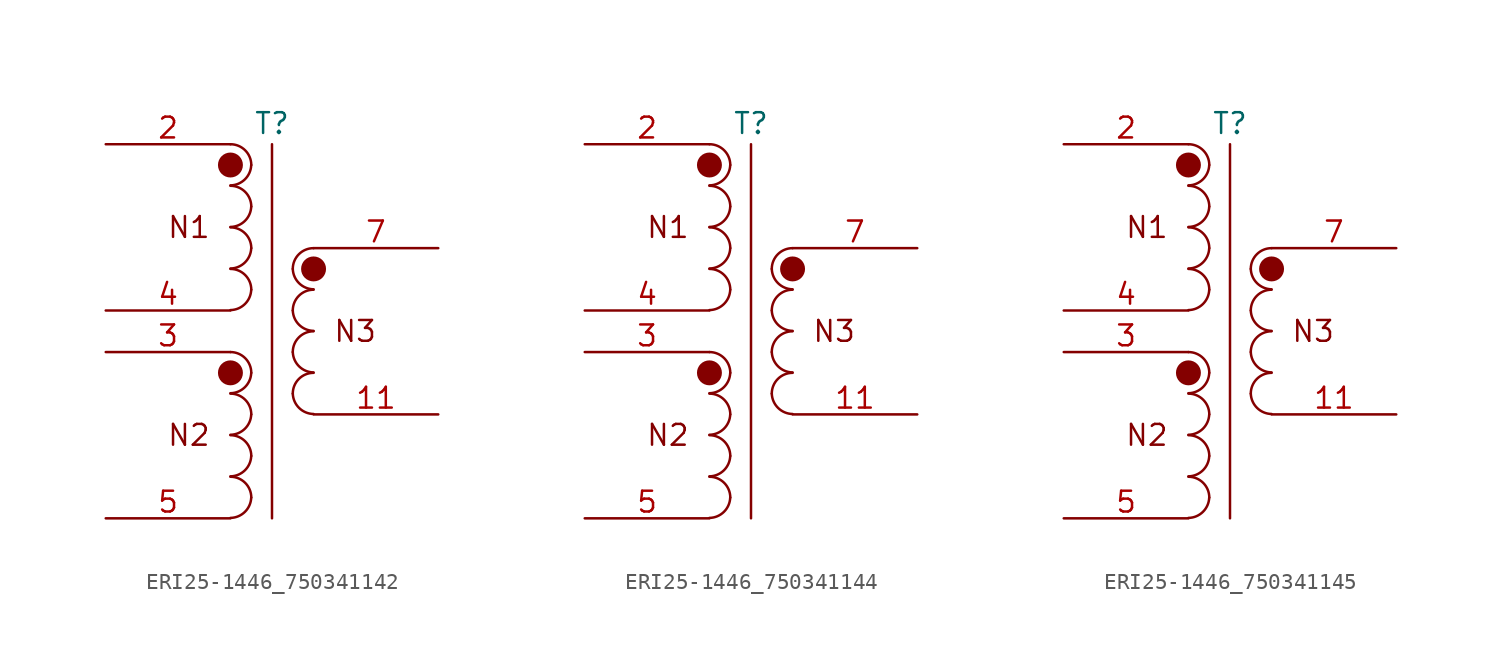
<source format=kicad_sym>
(kicad_symbol_lib
  (version 20220914)
  (generator kicad_symbol_editor)
  (symbol "ERI25-1446_750341142"
    (pin_names hide)
    (property "Reference" "T"
      (at 0 12.7 0)
      (effects (font (size 1.27 1.27))))
    (property "Critical Parameter" ""
      (at 0 -5.08 0)
      (effects (font (size 1.27 1.27))))
    (symbol "ERI25-1446_750341142_0_1"
      (arc (start -2.54 -11.4046) (mid -1.6561 -11.0363) (end -1.27 -10.16) (stroke (width 0) (type default)) (fill (type none)))
      (arc (start -2.54 -8.8646) (mid -1.6561 -8.4963) (end -1.27 -7.62) (stroke (width 0) (type default)) (fill (type none)))
      (arc (start -2.54 -6.3246) (mid -1.6561 -5.9563) (end -1.27 -5.08) (stroke (width 0) (type default)) (fill (type none)))
      (arc (start -2.54 -3.7846) (mid -1.6561 -3.4163) (end -1.27 -2.54) (stroke (width 0) (type default)) (fill (type none)))
      (arc (start -2.54 1.2954) (mid -1.6561 1.6637) (end -1.27 2.54) (stroke (width 0) (type default)) (fill (type none)))
      (arc (start -2.54 3.8354) (mid -1.6561 4.2037) (end -1.27 5.08) (stroke (width 0) (type default)) (fill (type none)))
      (arc (start -2.54 6.3754) (mid -1.6561 6.7437) (end -1.27 7.62) (stroke (width 0) (type default)) (fill (type none)))
      (arc (start -2.54 8.9154) (mid -1.6561 9.2837) (end -1.27 10.16) (stroke (width 0) (type default)) (fill (type none)))
      (arc (start -1.27 -10.16) (mid -1.642 -9.262) (end -2.54 -8.89) (stroke (width 0) (type default)) (fill (type none)))
      (arc (start -1.27 -7.62) (mid -1.642 -6.722) (end -2.54 -6.35) (stroke (width 0) (type default)) (fill (type none)))
      (arc (start -1.27 -5.08) (mid -1.642 -4.182) (end -2.54 -3.81) (stroke (width 0) (type default)) (fill (type none)))
      (arc (start -1.27 -2.54) (mid -1.642 -1.642) (end -2.54 -1.27) (stroke (width 0) (type default)) (fill (type none)))
      (arc (start -1.27 2.54) (mid -1.642 3.438) (end -2.54 3.81) (stroke (width 0) (type default)) (fill (type none)))
      (arc (start -1.27 5.08) (mid -1.642 5.978) (end -2.54 6.35) (stroke (width 0) (type default)) (fill (type none)))
      (arc (start -1.27 7.62) (mid -1.642 8.518) (end -2.54 8.89) (stroke (width 0) (type default)) (fill (type none)))
      (arc (start -1.27 10.16) (mid -1.642 11.058) (end -2.54 11.43) (stroke (width 0) (type default)) (fill (type none)))
      (polyline (pts (xy 0 -11.43) (xy 0 11.43)) (stroke (width 0) (type default)) (fill (type none)))
      (arc (start 1.27 -3.81) (mid 1.6561 -4.6863) (end 2.54 -5.0546) (stroke (width 0) (type default)) (fill (type none)))
      (arc (start 1.27 -1.27) (mid 1.6561 -2.1463) (end 2.54 -2.5146) (stroke (width 0) (type default)) (fill (type none)))
      (arc (start 1.27 1.27) (mid 1.6561 0.3937) (end 2.54 0.0254) (stroke (width 0) (type default)) (fill (type none)))
      (arc (start 1.27 3.81) (mid 1.6561 2.9337) (end 2.54 2.5654) (stroke (width 0) (type default)) (fill (type none)))
      (arc (start 2.54 -2.54) (mid 1.642 -2.912) (end 1.27 -3.81) (stroke (width 0) (type default)) (fill (type none)))
      (arc (start 2.54 0) (mid 1.642 -0.372) (end 1.27 -1.27) (stroke (width 0) (type default)) (fill (type none)))
      (arc (start 2.54 2.54) (mid 1.642 2.168) (end 1.27 1.27) (stroke (width 0) (type default)) (fill (type none)))
      (arc (start 2.54 5.08) (mid 1.642 4.708) (end 1.27 3.81) (stroke (width 0) (type default)) (fill (type none))))
    (symbol "ERI25-1446_750341142_1_1"
      (circle (center -2.54 -2.54) (radius 0.0001) (stroke (width 0.762) (type default)) (fill (type none)))
      (circle (center -2.54 10.16) (radius 0.0001) (stroke (width 0.762) (type default)) (fill (type none)))
      (circle (center 2.54 3.81) (radius 0.0001) (stroke (width 0.762) (type default)) (fill (type none)))
      (text "N1" (at -5.08 6.35 0) (effects (font (size 1.27 1.27))))
      (text "N2" (at -5.08 -6.35 0) (effects (font (size 1.27 1.27))))
      (text "N3" (at 5.08 0 0) (effects (font (size 1.27 1.27))))
      (pin passive line (at 10.16 -5.08 180) (length 7.62) (name "11" (effects (font (size 1.27 1.27)))) (number "11" (effects (font (size 1.27 1.27)))))
      (pin passive line (at -10.16 11.43 0) (length 7.62) (name "2" (effects (font (size 1.27 1.27)))) (number "2" (effects (font (size 1.27 1.27)))))
      (pin passive line (at -10.16 -1.27 0) (length 7.62) (name "3" (effects (font (size 1.27 1.27)))) (number "3" (effects (font (size 1.27 1.27)))))
      (pin passive line (at -10.16 1.27 0) (length 7.62) (name "4" (effects (font (size 1.27 1.27)))) (number "4" (effects (font (size 1.27 1.27)))))
      (pin passive line (at -10.16 -11.43 0) (length 7.62) (name "5" (effects (font (size 1.27 1.27)))) (number "5" (effects (font (size 1.27 1.27)))))
      (pin passive line (at 10.16 5.08 180) (length 7.62) (name "7" (effects (font (size 1.27 1.27)))) (number "7" (effects (font (size 1.27 1.27)))))))
  (symbol "ERI25-1446_750341144"
    (pin_names hide)
    (property "Reference" "T"
      (at 0 12.7 0)
      (effects (font (size 1.27 1.27))))
    (property "Critical Parameter" ""
      (at 0 -5.08 0)
      (effects (font (size 1.27 1.27))))
    (symbol "ERI25-1446_750341144_0_1"
      (arc (start -2.54 -11.4046) (mid -1.6561 -11.0363) (end -1.27 -10.16) (stroke (width 0) (type default)) (fill (type none)))
      (arc (start -2.54 -8.8646) (mid -1.6561 -8.4963) (end -1.27 -7.62) (stroke (width 0) (type default)) (fill (type none)))
      (arc (start -2.54 -6.3246) (mid -1.6561 -5.9563) (end -1.27 -5.08) (stroke (width 0) (type default)) (fill (type none)))
      (arc (start -2.54 -3.7846) (mid -1.6561 -3.4163) (end -1.27 -2.54) (stroke (width 0) (type default)) (fill (type none)))
      (arc (start -2.54 1.2954) (mid -1.6561 1.6637) (end -1.27 2.54) (stroke (width 0) (type default)) (fill (type none)))
      (arc (start -2.54 3.8354) (mid -1.6561 4.2037) (end -1.27 5.08) (stroke (width 0) (type default)) (fill (type none)))
      (arc (start -2.54 6.3754) (mid -1.6561 6.7437) (end -1.27 7.62) (stroke (width 0) (type default)) (fill (type none)))
      (arc (start -2.54 8.9154) (mid -1.6561 9.2837) (end -1.27 10.16) (stroke (width 0) (type default)) (fill (type none)))
      (arc (start -1.27 -10.16) (mid -1.642 -9.262) (end -2.54 -8.89) (stroke (width 0) (type default)) (fill (type none)))
      (arc (start -1.27 -7.62) (mid -1.642 -6.722) (end -2.54 -6.35) (stroke (width 0) (type default)) (fill (type none)))
      (arc (start -1.27 -5.08) (mid -1.642 -4.182) (end -2.54 -3.81) (stroke (width 0) (type default)) (fill (type none)))
      (arc (start -1.27 -2.54) (mid -1.642 -1.642) (end -2.54 -1.27) (stroke (width 0) (type default)) (fill (type none)))
      (arc (start -1.27 2.54) (mid -1.642 3.438) (end -2.54 3.81) (stroke (width 0) (type default)) (fill (type none)))
      (arc (start -1.27 5.08) (mid -1.642 5.978) (end -2.54 6.35) (stroke (width 0) (type default)) (fill (type none)))
      (arc (start -1.27 7.62) (mid -1.642 8.518) (end -2.54 8.89) (stroke (width 0) (type default)) (fill (type none)))
      (arc (start -1.27 10.16) (mid -1.642 11.058) (end -2.54 11.43) (stroke (width 0) (type default)) (fill (type none)))
      (polyline (pts (xy 0 -11.43) (xy 0 11.43)) (stroke (width 0) (type default)) (fill (type none)))
      (arc (start 1.27 -3.81) (mid 1.6561 -4.6863) (end 2.54 -5.0546) (stroke (width 0) (type default)) (fill (type none)))
      (arc (start 1.27 -1.27) (mid 1.6561 -2.1463) (end 2.54 -2.5146) (stroke (width 0) (type default)) (fill (type none)))
      (arc (start 1.27 1.27) (mid 1.6561 0.3937) (end 2.54 0.0254) (stroke (width 0) (type default)) (fill (type none)))
      (arc (start 1.27 3.81) (mid 1.6561 2.9337) (end 2.54 2.5654) (stroke (width 0) (type default)) (fill (type none)))
      (arc (start 2.54 -2.54) (mid 1.642 -2.912) (end 1.27 -3.81) (stroke (width 0) (type default)) (fill (type none)))
      (arc (start 2.54 0) (mid 1.642 -0.372) (end 1.27 -1.27) (stroke (width 0) (type default)) (fill (type none)))
      (arc (start 2.54 2.54) (mid 1.642 2.168) (end 1.27 1.27) (stroke (width 0) (type default)) (fill (type none)))
      (arc (start 2.54 5.08) (mid 1.642 4.708) (end 1.27 3.81) (stroke (width 0) (type default)) (fill (type none))))
    (symbol "ERI25-1446_750341144_1_1"
      (circle (center -2.54 -2.54) (radius 0.0001) (stroke (width 0.762) (type default)) (fill (type none)))
      (circle (center -2.54 10.16) (radius 0.0001) (stroke (width 0.762) (type default)) (fill (type none)))
      (circle (center 2.54 3.81) (radius 0.0001) (stroke (width 0.762) (type default)) (fill (type none)))
      (text "N1" (at -5.08 6.35 0) (effects (font (size 1.27 1.27))))
      (text "N2" (at -5.08 -6.35 0) (effects (font (size 1.27 1.27))))
      (text "N3" (at 5.08 0 0) (effects (font (size 1.27 1.27))))
      (pin passive line (at 10.16 -5.08 180) (length 7.62) (name "11" (effects (font (size 1.27 1.27)))) (number "11" (effects (font (size 1.27 1.27)))))
      (pin passive line (at -10.16 11.43 0) (length 7.62) (name "2" (effects (font (size 1.27 1.27)))) (number "2" (effects (font (size 1.27 1.27)))))
      (pin passive line (at -10.16 -1.27 0) (length 7.62) (name "3" (effects (font (size 1.27 1.27)))) (number "3" (effects (font (size 1.27 1.27)))))
      (pin passive line (at -10.16 1.27 0) (length 7.62) (name "4" (effects (font (size 1.27 1.27)))) (number "4" (effects (font (size 1.27 1.27)))))
      (pin passive line (at -10.16 -11.43 0) (length 7.62) (name "5" (effects (font (size 1.27 1.27)))) (number "5" (effects (font (size 1.27 1.27)))))
      (pin passive line (at 10.16 5.08 180) (length 7.62) (name "7" (effects (font (size 1.27 1.27)))) (number "7" (effects (font (size 1.27 1.27)))))))
  (symbol "ERI25-1446_750341145"
    (pin_names hide)
    (property "Reference" "T"
      (at 0 12.7 0)
      (effects (font (size 1.27 1.27))))
    (property "Critical Parameter" ""
      (at 0 -5.08 0)
      (effects (font (size 1.27 1.27))))
    (symbol "ERI25-1446_750341145_0_1"
      (arc (start -2.54 -11.4046) (mid -1.6561 -11.0363) (end -1.27 -10.16) (stroke (width 0) (type default)) (fill (type none)))
      (arc (start -2.54 -8.8646) (mid -1.6561 -8.4963) (end -1.27 -7.62) (stroke (width 0) (type default)) (fill (type none)))
      (arc (start -2.54 -6.3246) (mid -1.6561 -5.9563) (end -1.27 -5.08) (stroke (width 0) (type default)) (fill (type none)))
      (arc (start -2.54 -3.7846) (mid -1.6561 -3.4163) (end -1.27 -2.54) (stroke (width 0) (type default)) (fill (type none)))
      (arc (start -2.54 1.2954) (mid -1.6561 1.6637) (end -1.27 2.54) (stroke (width 0) (type default)) (fill (type none)))
      (arc (start -2.54 3.8354) (mid -1.6561 4.2037) (end -1.27 5.08) (stroke (width 0) (type default)) (fill (type none)))
      (arc (start -2.54 6.3754) (mid -1.6561 6.7437) (end -1.27 7.62) (stroke (width 0) (type default)) (fill (type none)))
      (arc (start -2.54 8.9154) (mid -1.6561 9.2837) (end -1.27 10.16) (stroke (width 0) (type default)) (fill (type none)))
      (arc (start -1.27 -10.16) (mid -1.642 -9.262) (end -2.54 -8.89) (stroke (width 0) (type default)) (fill (type none)))
      (arc (start -1.27 -7.62) (mid -1.642 -6.722) (end -2.54 -6.35) (stroke (width 0) (type default)) (fill (type none)))
      (arc (start -1.27 -5.08) (mid -1.642 -4.182) (end -2.54 -3.81) (stroke (width 0) (type default)) (fill (type none)))
      (arc (start -1.27 -2.54) (mid -1.642 -1.642) (end -2.54 -1.27) (stroke (width 0) (type default)) (fill (type none)))
      (arc (start -1.27 2.54) (mid -1.642 3.438) (end -2.54 3.81) (stroke (width 0) (type default)) (fill (type none)))
      (arc (start -1.27 5.08) (mid -1.642 5.978) (end -2.54 6.35) (stroke (width 0) (type default)) (fill (type none)))
      (arc (start -1.27 7.62) (mid -1.642 8.518) (end -2.54 8.89) (stroke (width 0) (type default)) (fill (type none)))
      (arc (start -1.27 10.16) (mid -1.642 11.058) (end -2.54 11.43) (stroke (width 0) (type default)) (fill (type none)))
      (polyline (pts (xy 0 -11.43) (xy 0 11.43)) (stroke (width 0) (type default)) (fill (type none)))
      (arc (start 1.27 -3.81) (mid 1.6561 -4.6863) (end 2.54 -5.0546) (stroke (width 0) (type default)) (fill (type none)))
      (arc (start 1.27 -1.27) (mid 1.6561 -2.1463) (end 2.54 -2.5146) (stroke (width 0) (type default)) (fill (type none)))
      (arc (start 1.27 1.27) (mid 1.6561 0.3937) (end 2.54 0.0254) (stroke (width 0) (type default)) (fill (type none)))
      (arc (start 1.27 3.81) (mid 1.6561 2.9337) (end 2.54 2.5654) (stroke (width 0) (type default)) (fill (type none)))
      (arc (start 2.54 -2.54) (mid 1.642 -2.912) (end 1.27 -3.81) (stroke (width 0) (type default)) (fill (type none)))
      (arc (start 2.54 0) (mid 1.642 -0.372) (end 1.27 -1.27) (stroke (width 0) (type default)) (fill (type none)))
      (arc (start 2.54 2.54) (mid 1.642 2.168) (end 1.27 1.27) (stroke (width 0) (type default)) (fill (type none)))
      (arc (start 2.54 5.08) (mid 1.642 4.708) (end 1.27 3.81) (stroke (width 0) (type default)) (fill (type none))))
    (symbol "ERI25-1446_750341145_1_1"
      (circle (center -2.54 -2.54) (radius 0.0001) (stroke (width 0.762) (type default)) (fill (type none)))
      (circle (center -2.54 10.16) (radius 0.0001) (stroke (width 0.762) (type default)) (fill (type none)))
      (circle (center 2.54 3.81) (radius 0.0001) (stroke (width 0.762) (type default)) (fill (type none)))
      (text "N1" (at -5.08 6.35 0) (effects (font (size 1.27 1.27))))
      (text "N2" (at -5.08 -6.35 0) (effects (font (size 1.27 1.27))))
      (text "N3" (at 5.08 0 0) (effects (font (size 1.27 1.27))))
      (pin passive line (at 10.16 -5.08 180) (length 7.62) (name "11" (effects (font (size 1.27 1.27)))) (number "11" (effects (font (size 1.27 1.27)))))
      (pin passive line (at -10.16 11.43 0) (length 7.62) (name "2" (effects (font (size 1.27 1.27)))) (number "2" (effects (font (size 1.27 1.27)))))
      (pin passive line (at -10.16 -1.27 0) (length 7.62) (name "3" (effects (font (size 1.27 1.27)))) (number "3" (effects (font (size 1.27 1.27)))))
      (pin passive line (at -10.16 1.27 0) (length 7.62) (name "4" (effects (font (size 1.27 1.27)))) (number "4" (effects (font (size 1.27 1.27)))))
      (pin passive line (at -10.16 -11.43 0) (length 7.62) (name "5" (effects (font (size 1.27 1.27)))) (number "5" (effects (font (size 1.27 1.27)))))
      (pin passive line (at 10.16 5.08 180) (length 7.62) (name "7" (effects (font (size 1.27 1.27)))) (number "7" (effects (font (size 1.27 1.27))))))))
</source>
